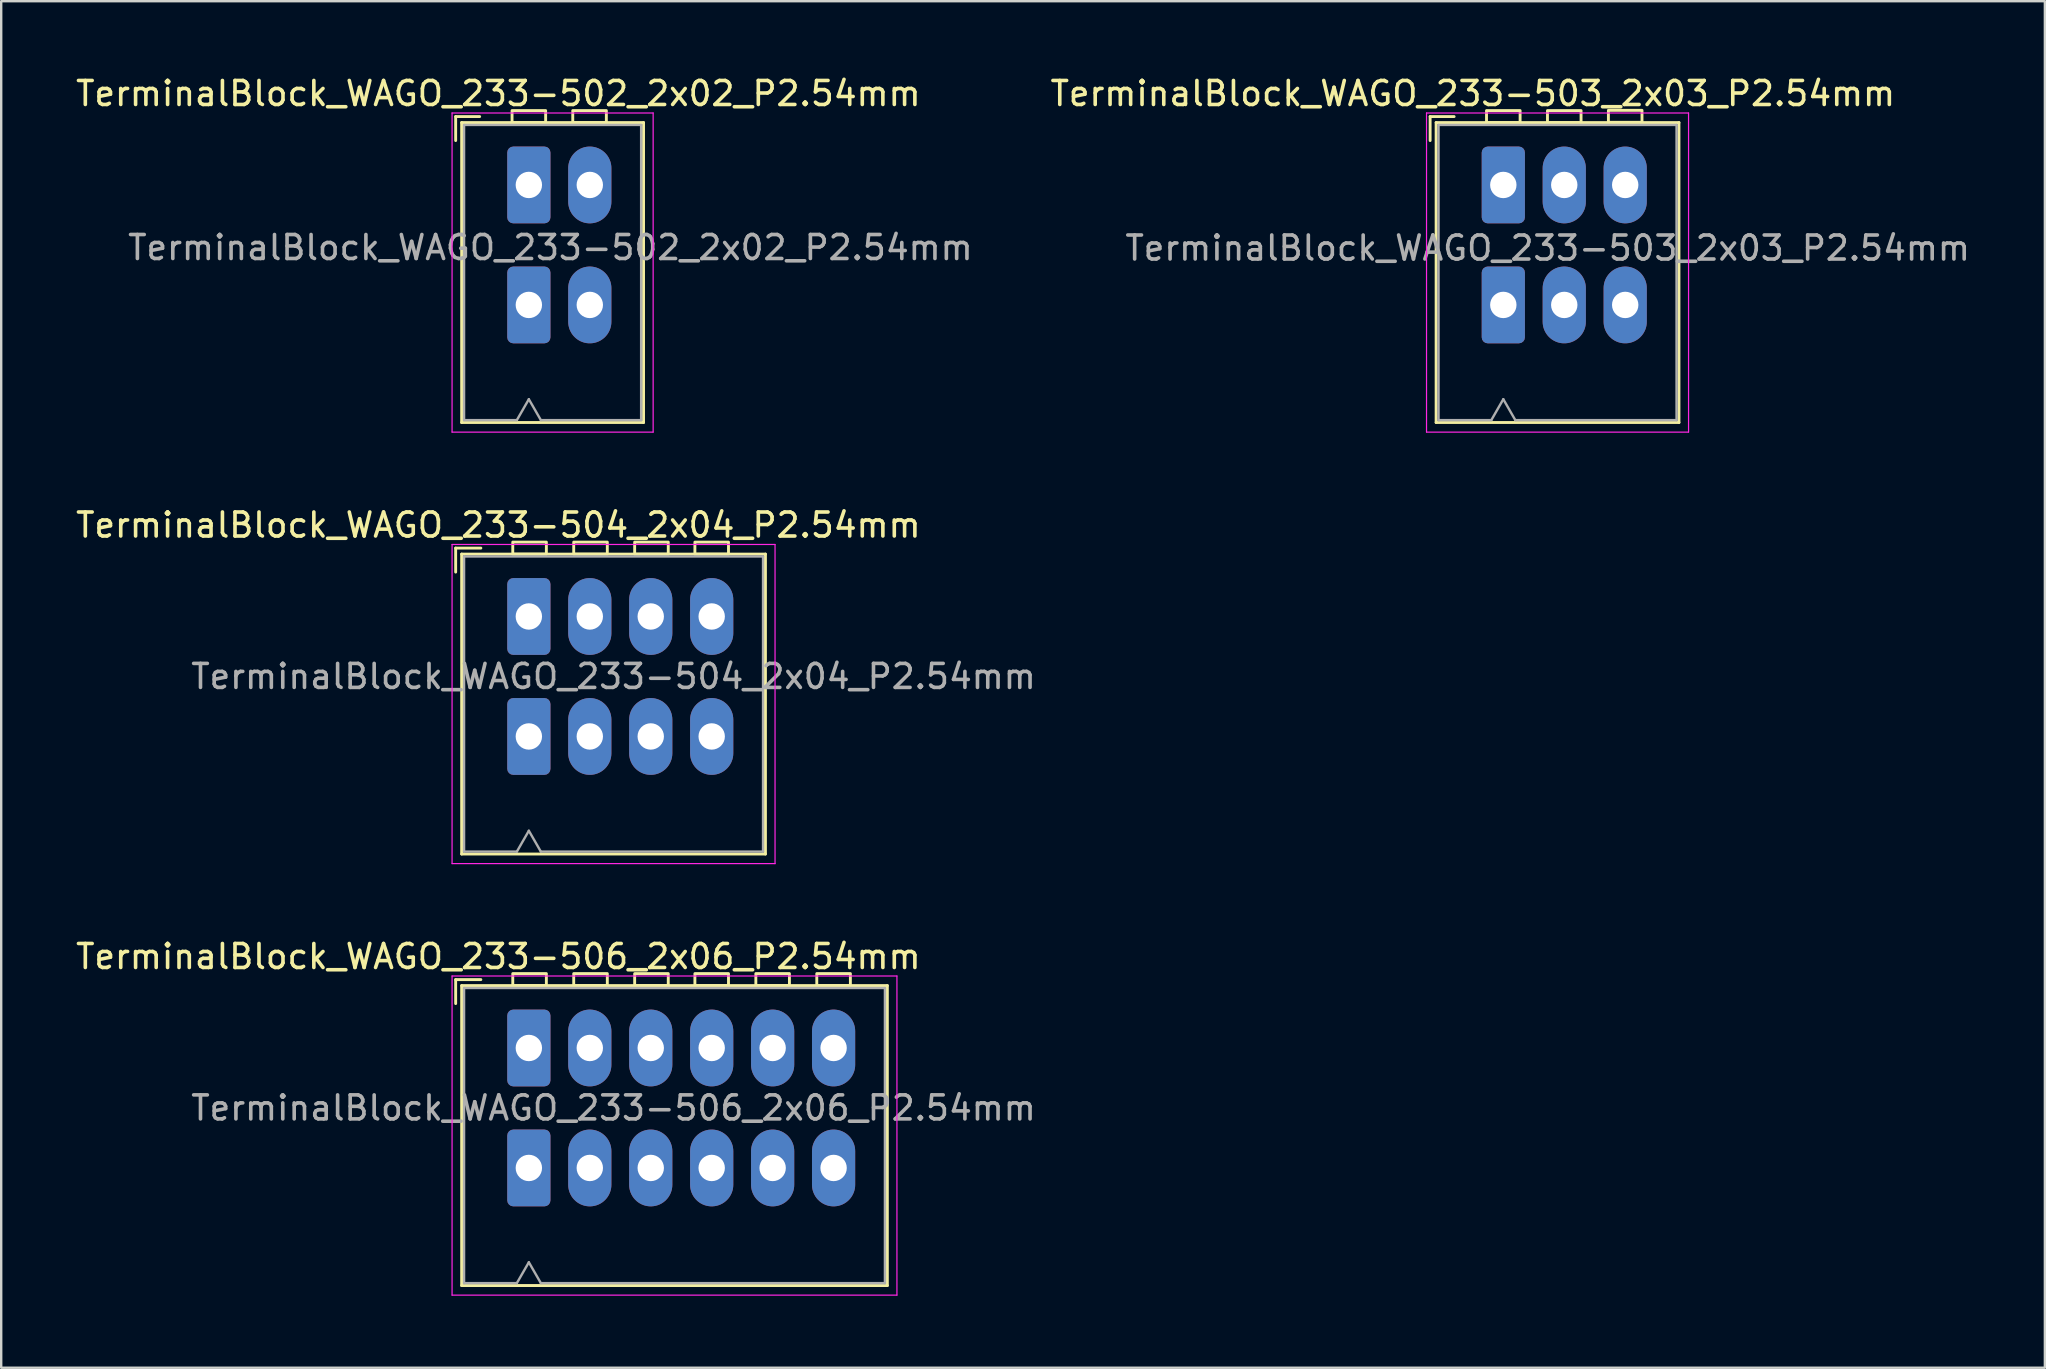
<source format=kicad_pcb>
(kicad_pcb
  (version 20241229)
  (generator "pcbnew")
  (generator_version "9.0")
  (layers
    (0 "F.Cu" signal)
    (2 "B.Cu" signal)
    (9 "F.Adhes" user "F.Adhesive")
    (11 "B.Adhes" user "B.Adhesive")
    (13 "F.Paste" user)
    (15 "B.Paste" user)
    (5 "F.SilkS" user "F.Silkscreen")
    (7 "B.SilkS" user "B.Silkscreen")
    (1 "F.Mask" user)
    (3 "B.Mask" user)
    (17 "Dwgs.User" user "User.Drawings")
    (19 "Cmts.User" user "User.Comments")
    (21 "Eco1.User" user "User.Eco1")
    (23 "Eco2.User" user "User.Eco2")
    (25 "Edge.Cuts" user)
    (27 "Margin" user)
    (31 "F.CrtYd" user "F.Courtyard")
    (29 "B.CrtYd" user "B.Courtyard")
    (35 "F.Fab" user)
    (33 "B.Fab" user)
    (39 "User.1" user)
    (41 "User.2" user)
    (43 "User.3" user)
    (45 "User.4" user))
  (footprint "TerminalBlock_WAGO_233-504_2x04_P2.54mm"
    (layer "F.Cu")
    (at 18.99 22.642)
    (property "Reference" "TerminalBlock_WAGO_233-504_2x04_P2.54mm" (at -1.27 -3.81 0) (layer "F.SilkS") (effects (font (size 1 1) (thickness 0.15))))
    (attr through_hole)
    (fp_line (start -3.05 -2.85) (end -3.05 -1.85) (stroke (width 0.12) (type default)) (layer "F.SilkS"))
    (fp_line (start -3.05 -2.85) (end -2 -2.85) (stroke (width 0.12) (type default)) (layer "F.SilkS"))
    (fp_line (start -2.8 -2.6) (end 9.86 -2.6) (stroke (width 0.12) (type solid)) (layer "F.SilkS"))
    (fp_line (start -2.8 9.9) (end -2.8 -2.6) (stroke (width 0.12) (type solid)) (layer "F.SilkS"))
    (fp_line (start 9.86 -2.6) (end 9.86 9.9) (stroke (width 0.12) (type solid)) (layer "F.SilkS"))
    (fp_line (start 9.86 9.9) (end -2.8 9.9) (stroke (width 0.12) (type solid)) (layer "F.SilkS"))
    (fp_rect (start -0.67 -3.1) (end 0.73 -2.6) (stroke (width 0.12) (type default)) (fill no) (layer "F.SilkS"))
    (fp_rect (start 1.87 -3.1) (end 3.27 -2.6) (stroke (width 0.12) (type default)) (fill no) (layer "F.SilkS"))
    (fp_rect (start 4.41 -3.1) (end 5.81 -2.6) (stroke (width 0.12) (type default)) (fill no) (layer "F.SilkS"))
    (fp_rect (start 6.92 -3.099) (end 8.32 -2.599) (stroke (width 0.12) (type default)) (fill no) (layer "F.SilkS"))
    (fp_line (start -3.2 -3) (end 10.26 -3) (stroke (width 0.05) (type solid)) (layer "F.CrtYd"))
    (fp_line (start -3.2 10.3) (end -3.2 -3) (stroke (width 0.05) (type solid)) (layer "F.CrtYd"))
    (fp_line (start 10.26 -3) (end 10.26 10.3) (stroke (width 0.05) (type solid)) (layer "F.CrtYd"))
    (fp_line (start 10.26 10.3) (end -3.2 10.3) (stroke (width 0.05) (type solid)) (layer "F.CrtYd"))
    (fp_line (start -2.7 -2.5) (end 9.76 -2.5) (stroke (width 0.1) (type default)) (layer "F.Fab"))
    (fp_line (start -2.7 9.8) (end -2.7 -2.5) (stroke (width 0.1) (type default)) (layer "F.Fab"))
    (fp_line (start -2.7 9.8) (end -0.5 9.8) (stroke (width 0.1) (type default)) (layer "F.Fab"))
    (fp_line (start 0 8.93) (end -0.5 9.8) (stroke (width 0.1) (type default)) (layer "F.Fab"))
    (fp_line (start 0.5 9.8) (end 0 8.93) (stroke (width 0.1) (type default)) (layer "F.Fab"))
    (fp_line (start 0.5 9.8) (end 9.76 9.8) (stroke (width 0.1) (type default)) (layer "F.Fab"))
    (fp_line (start 9.76 -2.5) (end 9.76 9.8) (stroke (width 0.1) (type default)) (layer "F.Fab"))
    (fp_text user "${REFERENCE}" (at 3.53 2.5 0) (layer "F.Fab") (effects (font (size 1 1) (thickness 0.15))))
    (pad "1" thru_hole roundrect (at 0 0) (size 1.8 3.2) (drill 1.1) (layers "*.Cu" "*.Mask") (roundrect_rratio 0.139))
    (pad "1" thru_hole roundrect (at 0 5) (size 1.8 3.2) (drill 1.1) (layers "*.Cu" "*.Mask") (roundrect_rratio 0.139))
    (pad "2" thru_hole oval (at 2.54 0) (size 1.8 3.2) (drill 1.1) (layers "*.Cu" "*.Mask"))
    (pad "2" thru_hole oval (at 2.54 5) (size 1.8 3.2) (drill 1.1) (layers "*.Cu" "*.Mask"))
    (pad "3" thru_hole oval (at 5.08 0) (size 1.8 3.2) (drill 1.1) (layers "*.Cu" "*.Mask"))
    (pad "3" thru_hole oval (at 5.08 5) (size 1.8 3.2) (drill 1.1) (layers "*.Cu" "*.Mask"))
    (pad "4" thru_hole oval (at 7.62 0) (size 1.8 3.2) (drill 1.1) (layers "*.Cu" "*.Mask"))
    (pad "4" thru_hole oval (at 7.62 5) (size 1.8 3.2) (drill 1.1) (layers "*.Cu" "*.Mask")))
  (footprint "TerminalBlock_WAGO_233-503_2x03_P2.54mm"
    (layer "F.Cu")
    (at 59.601 4.658)
    (property "Reference" "TerminalBlock_WAGO_233-503_2x03_P2.54mm" (at -1.27 -3.81 0) (layer "F.SilkS") (effects (font (size 1 1) (thickness 0.15))))
    (attr through_hole)
    (fp_line (start -3.05 -2.85) (end -3.05 -1.85) (stroke (width 0.12) (type default)) (layer "F.SilkS"))
    (fp_line (start -3.05 -2.85) (end -2.05 -2.85) (stroke (width 0.12) (type default)) (layer "F.SilkS"))
    (fp_line (start -2.8 -2.6) (end 7.32 -2.6) (stroke (width 0.12) (type solid)) (layer "F.SilkS"))
    (fp_line (start -2.8 9.9) (end -2.8 -2.6) (stroke (width 0.12) (type solid)) (layer "F.SilkS"))
    (fp_line (start 7.32 9.9) (end -2.8 9.9) (stroke (width 0.12) (type solid)) (layer "F.SilkS"))
    (fp_line (start 7.32 9.9) (end 7.32 -2.6) (stroke (width 0.12) (type solid)) (layer "F.SilkS"))
    (fp_rect (start -0.7 -3.1) (end 0.7 -2.6) (stroke (width 0.12) (type default)) (fill no) (layer "F.SilkS"))
    (fp_rect (start 1.84 -3.1) (end 3.24 -2.6) (stroke (width 0.12) (type default)) (fill no) (layer "F.SilkS"))
    (fp_rect (start 4.38 -3.11) (end 5.78 -2.61) (stroke (width 0.12) (type default)) (fill no) (layer "F.SilkS"))
    (fp_line (start -3.2 -3) (end 7.72 -3) (stroke (width 0.05) (type solid)) (layer "F.CrtYd"))
    (fp_line (start -3.2 10.3) (end -3.2 -3) (stroke (width 0.05) (type solid)) (layer "F.CrtYd"))
    (fp_line (start 7.72 -3) (end 7.72 10.3) (stroke (width 0.05) (type solid)) (layer "F.CrtYd"))
    (fp_line (start 7.72 10.3) (end -3.2 10.3) (stroke (width 0.05) (type solid)) (layer "F.CrtYd"))
    (fp_line (start -2.7 -2.5) (end 7.22 -2.5) (stroke (width 0.1) (type default)) (layer "F.Fab"))
    (fp_line (start -2.7 9.8) (end -2.7 -2.5) (stroke (width 0.1) (type default)) (layer "F.Fab"))
    (fp_line (start -2.7 9.8) (end -0.5 9.8) (stroke (width 0.1) (type default)) (layer "F.Fab"))
    (fp_line (start 0 8.93) (end -0.5 9.8) (stroke (width 0.1) (type default)) (layer "F.Fab"))
    (fp_line (start 0.5 9.8) (end 0 8.93) (stroke (width 0.1) (type default)) (layer "F.Fab"))
    (fp_line (start 0.5 9.8) (end 7.22 9.8) (stroke (width 0.1) (type default)) (layer "F.Fab"))
    (fp_line (start 7.22 9.8) (end 7.22 -2.5) (stroke (width 0.1) (type default)) (layer "F.Fab"))
    (fp_text user "${REFERENCE}" (at 1.85 2.63 0) (layer "F.Fab") (effects (font (size 1 1) (thickness 0.15))))
    (pad "1" thru_hole roundrect (at 0 0) (size 1.8 3.2) (drill 1.1) (layers "*.Cu" "*.Mask") (roundrect_rratio 0.139))
    (pad "1" thru_hole roundrect (at 0 5) (size 1.8 3.2) (drill 1.1) (layers "*.Cu" "*.Mask") (roundrect_rratio 0.139))
    (pad "2" thru_hole oval (at 2.54 0) (size 1.8 3.2) (drill 1.1) (layers "*.Cu" "*.Mask"))
    (pad "2" thru_hole oval (at 2.54 5) (size 1.8 3.2) (drill 1.1) (layers "*.Cu" "*.Mask"))
    (pad "3" thru_hole oval (at 5.08 0) (size 1.8 3.2) (drill 1.1) (layers "*.Cu" "*.Mask"))
    (pad "3" thru_hole oval (at 5.08 5) (size 1.8 3.2) (drill 1.1) (layers "*.Cu" "*.Mask")))
  (footprint "TerminalBlock_WAGO_233-506_2x06_P2.54mm"
    (layer "F.Cu")
    (at 18.99 40.625)
    (property "Reference" "TerminalBlock_WAGO_233-506_2x06_P2.54mm" (at -1.27 -3.81 0) (layer "F.SilkS") (effects (font (size 1 1) (thickness 0.15))))
    (attr through_hole)
    (fp_line (start -3.05 -2.85) (end -3.05 -1.85) (stroke (width 0.12) (type default)) (layer "F.SilkS"))
    (fp_line (start -3.05 -2.85) (end -2 -2.85) (stroke (width 0.12) (type default)) (layer "F.SilkS"))
    (fp_line (start -2.8 -2.6) (end 14.94 -2.6) (stroke (width 0.12) (type solid)) (layer "F.SilkS"))
    (fp_line (start -2.8 9.9) (end -2.8 -2.6) (stroke (width 0.12) (type solid)) (layer "F.SilkS"))
    (fp_line (start 14.94 -2.6) (end 14.94 9.9) (stroke (width 0.12) (type solid)) (layer "F.SilkS"))
    (fp_line (start 14.94 9.9) (end -2.8 9.9) (stroke (width 0.12) (type solid)) (layer "F.SilkS"))
    (fp_rect (start -0.67 -3.1) (end 0.73 -2.6) (stroke (width 0.12) (type default)) (fill no) (layer "F.SilkS"))
    (fp_rect (start 1.87 -3.1) (end 3.27 -2.6) (stroke (width 0.12) (type default)) (fill no) (layer "F.SilkS"))
    (fp_rect (start 4.41 -3.1) (end 5.81 -2.6) (stroke (width 0.12) (type default)) (fill no) (layer "F.SilkS"))
    (fp_rect (start 6.92 -3.1) (end 8.32 -2.6) (stroke (width 0.12) (type default)) (fill no) (layer "F.SilkS"))
    (fp_rect (start 9.46 -3.101) (end 10.86 -2.601) (stroke (width 0.12) (type default)) (fill no) (layer "F.SilkS"))
    (fp_rect (start 12 -3.101) (end 13.4 -2.601) (stroke (width 0.12) (type default)) (fill no) (layer "F.SilkS"))
    (fp_line (start -3.2 -3) (end 15.34 -3) (stroke (width 0.05) (type solid)) (layer "F.CrtYd"))
    (fp_line (start -3.2 10.3) (end -3.2 -3) (stroke (width 0.05) (type solid)) (layer "F.CrtYd"))
    (fp_line (start 15.34 -3) (end 15.34 10.3) (stroke (width 0.05) (type solid)) (layer "F.CrtYd"))
    (fp_line (start 15.34 10.3) (end -3.2 10.3) (stroke (width 0.05) (type solid)) (layer "F.CrtYd"))
    (fp_line (start -2.7 -2.5) (end 14.84 -2.5) (stroke (width 0.1) (type default)) (layer "F.Fab"))
    (fp_line (start -2.7 9.8) (end -2.7 -2.5) (stroke (width 0.1) (type default)) (layer "F.Fab"))
    (fp_line (start -2.7 9.8) (end -0.5 9.8) (stroke (width 0.1) (type default)) (layer "F.Fab"))
    (fp_line (start 0 8.93) (end -0.5 9.8) (stroke (width 0.1) (type default)) (layer "F.Fab"))
    (fp_line (start 0.5 9.8) (end 0 8.93) (stroke (width 0.1) (type default)) (layer "F.Fab"))
    (fp_line (start 0.5 9.8) (end 14.84 9.8) (stroke (width 0.1) (type default)) (layer "F.Fab"))
    (fp_line (start 14.84 -2.5) (end 14.84 9.8) (stroke (width 0.1) (type default)) (layer "F.Fab"))
    (fp_text user "${REFERENCE}" (at 3.53 2.5 0) (layer "F.Fab") (effects (font (size 1 1) (thickness 0.15))))
    (pad "1" thru_hole roundrect (at 0 0) (size 1.8 3.2) (drill 1.1) (layers "*.Cu" "*.Mask") (roundrect_rratio 0.139))
    (pad "1" thru_hole roundrect (at 0 5) (size 1.8 3.2) (drill 1.1) (layers "*.Cu" "*.Mask") (roundrect_rratio 0.139))
    (pad "2" thru_hole oval (at 2.54 0) (size 1.8 3.2) (drill 1.1) (layers "*.Cu" "*.Mask"))
    (pad "2" thru_hole oval (at 2.54 5) (size 1.8 3.2) (drill 1.1) (layers "*.Cu" "*.Mask"))
    (pad "3" thru_hole oval (at 5.08 0) (size 1.8 3.2) (drill 1.1) (layers "*.Cu" "*.Mask"))
    (pad "3" thru_hole oval (at 5.08 5) (size 1.8 3.2) (drill 1.1) (layers "*.Cu" "*.Mask"))
    (pad "4" thru_hole oval (at 7.62 0) (size 1.8 3.2) (drill 1.1) (layers "*.Cu" "*.Mask"))
    (pad "4" thru_hole oval (at 7.62 5) (size 1.8 3.2) (drill 1.1) (layers "*.Cu" "*.Mask"))
    (pad "5" thru_hole oval (at 10.16 0) (size 1.8 3.2) (drill 1.1) (layers "*.Cu" "*.Mask"))
    (pad "5" thru_hole oval (at 10.16 5) (size 1.8 3.2) (drill 1.1) (layers "*.Cu" "*.Mask"))
    (pad "6" thru_hole oval (at 12.7 0) (size 1.8 3.2) (drill 1.1) (layers "*.Cu" "*.Mask"))
    (pad "6" thru_hole oval (at 12.7 5) (size 1.8 3.2) (drill 1.1) (layers "*.Cu" "*.Mask")))
  (footprint "TerminalBlock_WAGO_233-502_2x02_P2.54mm"
    (layer "F.Cu")
    (at 18.99 4.658)
    (property "Reference" "TerminalBlock_WAGO_233-502_2x02_P2.54mm" (at -1.27 -3.81 0) (layer "F.SilkS") (effects (font (size 1 1) (thickness 0.15))))
    (attr through_hole)
    (fp_line (start -3.05 -2.85) (end -2.05 -2.85) (stroke (width 0.12) (type default)) (layer "F.SilkS"))
    (fp_line (start -3.05 -1.85) (end -3.05 -2.85) (stroke (width 0.12) (type default)) (layer "F.SilkS"))
    (fp_line (start -2.8 -2.6) (end 4.78 -2.6) (stroke (width 0.12) (type solid)) (layer "F.SilkS"))
    (fp_line (start -2.8 9.9) (end -2.8 -2.6) (stroke (width 0.12) (type solid)) (layer "F.SilkS"))
    (fp_line (start 4.78 -2.6) (end 4.78 9.9) (stroke (width 0.12) (type solid)) (layer "F.SilkS"))
    (fp_line (start 4.78 9.9) (end -2.8 9.9) (stroke (width 0.12) (type solid)) (layer "F.SilkS"))
    (fp_rect (start -0.7 -3.1) (end 0.7 -2.6) (stroke (width 0.12) (type default)) (fill no) (layer "F.SilkS"))
    (fp_rect (start 1.83 -3.1) (end 3.23 -2.6) (stroke (width 0.12) (type default)) (fill no) (layer "F.SilkS"))
    (fp_line (start -3.2 -3) (end 5.18 -3) (stroke (width 0.05) (type solid)) (layer "F.CrtYd"))
    (fp_line (start -3.2 10.3) (end -3.2 -3) (stroke (width 0.05) (type solid)) (layer "F.CrtYd"))
    (fp_line (start 5.18 -3) (end 5.18 10.3) (stroke (width 0.05) (type solid)) (layer "F.CrtYd"))
    (fp_line (start 5.18 10.3) (end -3.2 10.3) (stroke (width 0.05) (type solid)) (layer "F.CrtYd"))
    (fp_line (start -2.7 -2.5) (end 4.68 -2.5) (stroke (width 0.1) (type default)) (layer "F.Fab"))
    (fp_line (start -2.7 9.8) (end -2.7 -2.5) (stroke (width 0.1) (type default)) (layer "F.Fab"))
    (fp_line (start -0.5 9.8) (end -2.7 9.8) (stroke (width 0.1) (type default)) (layer "F.Fab"))
    (fp_line (start 0 8.93) (end -0.5 9.8) (stroke (width 0.1) (type default)) (layer "F.Fab"))
    (fp_line (start 0.5 9.8) (end 0 8.93) (stroke (width 0.1) (type default)) (layer "F.Fab"))
    (fp_line (start 4.68 -2.5) (end 4.68 9.8) (stroke (width 0.1) (type default)) (layer "F.Fab"))
    (fp_line (start 4.68 9.8) (end 0.5 9.8) (stroke (width 0.1) (type default)) (layer "F.Fab"))
    (fp_text user "${REFERENCE}" (at 0.9 2.61 0) (layer "F.Fab") (effects (font (size 1 1) (thickness 0.15))))
    (pad "1" thru_hole roundrect (at 0 0) (size 1.8 3.2) (drill 1.1) (layers "*.Cu" "*.Mask") (roundrect_rratio 0.139))
    (pad "1" thru_hole roundrect (at 0 5) (size 1.8 3.2) (drill 1.1) (layers "*.Cu" "*.Mask") (roundrect_rratio 0.139))
    (pad "2" thru_hole oval (at 2.54 0) (size 1.8 3.2) (drill 1.1) (layers "*.Cu" "*.Mask"))
    (pad "2" thru_hole oval (at 2.54 5) (size 1.8 3.2) (drill 1.1) (layers "*.Cu" "*.Mask")))
  (gr_rect
    (start -3 -3)
    (end 82.171 53.95)
    (stroke (width 0.1) (type default))
    (fill no)
    (layer "Edge.Cuts")))
</source>
